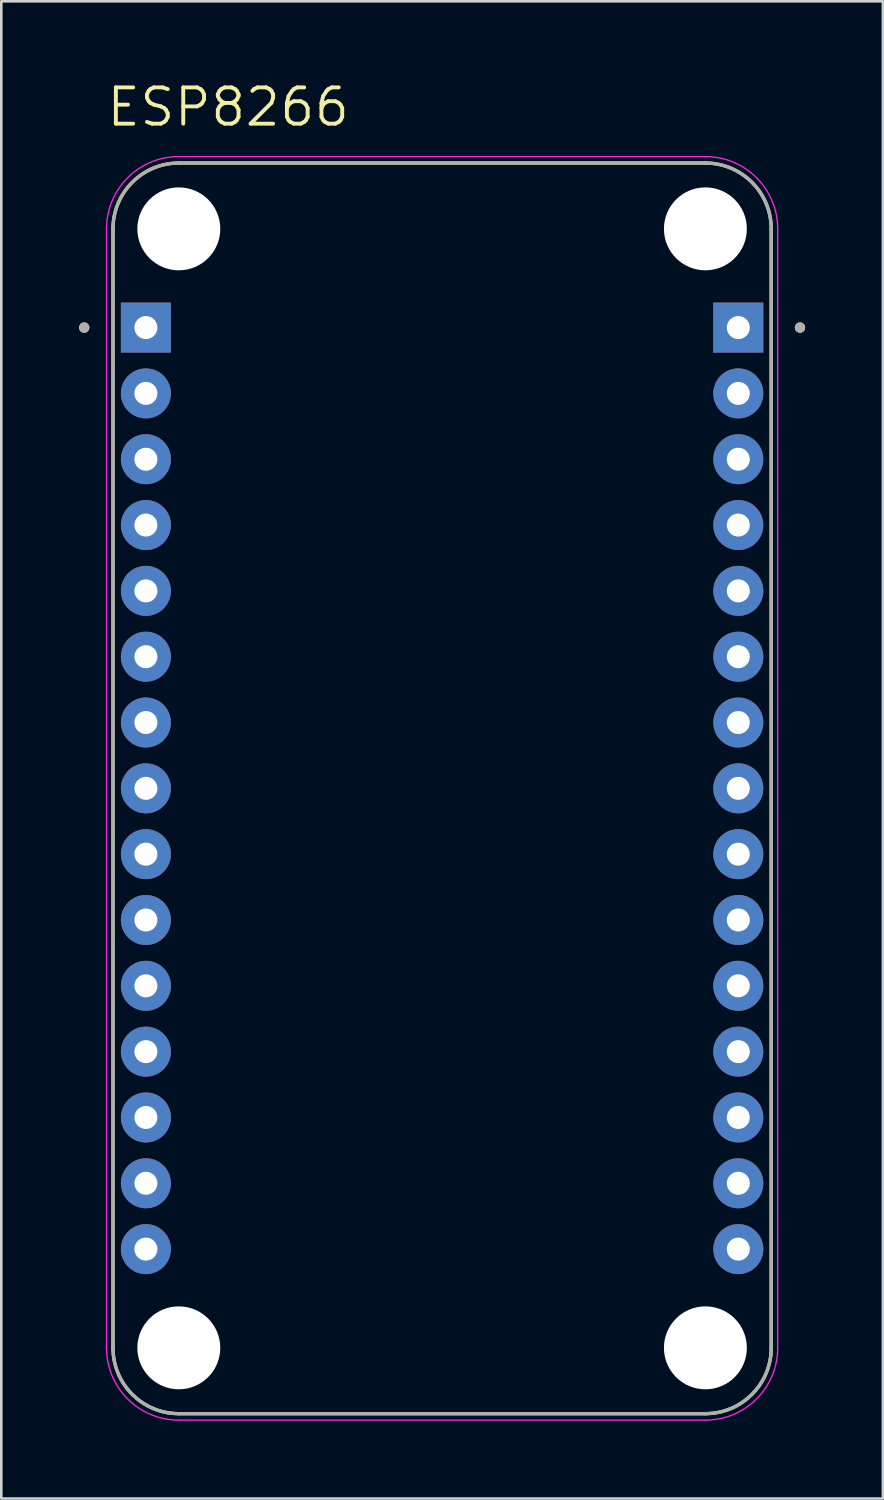
<source format=kicad_pcb>
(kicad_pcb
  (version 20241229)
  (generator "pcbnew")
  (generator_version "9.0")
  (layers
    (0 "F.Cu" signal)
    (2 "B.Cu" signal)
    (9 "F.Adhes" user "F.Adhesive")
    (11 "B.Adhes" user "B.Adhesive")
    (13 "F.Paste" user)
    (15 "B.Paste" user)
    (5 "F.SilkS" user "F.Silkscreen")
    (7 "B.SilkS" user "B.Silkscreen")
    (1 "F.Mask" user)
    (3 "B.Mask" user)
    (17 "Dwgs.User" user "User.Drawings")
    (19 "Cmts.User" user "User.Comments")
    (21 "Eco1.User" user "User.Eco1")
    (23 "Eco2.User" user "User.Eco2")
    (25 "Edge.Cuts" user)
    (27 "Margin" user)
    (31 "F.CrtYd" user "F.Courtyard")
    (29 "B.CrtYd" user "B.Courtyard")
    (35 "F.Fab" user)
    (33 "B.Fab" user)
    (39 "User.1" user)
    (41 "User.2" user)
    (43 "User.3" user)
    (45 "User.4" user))
  (footprint "ESP8266"
    (layer "F.Cu")
    (at 14.01 27.371)
    (property "Reference" "ESP8266" (at -8.255 -26.289 0) (layer "F.SilkS") (effects (font (size 1.4 1.4) (thickness 0.15))))
    (attr through_hole)
    (fp_line (start -12.7 21.59) (end -12.7 -21.59) (stroke (width 0.127) (type solid)) (layer "F.SilkS"))
    (fp_line (start -10.16 -24.13) (end 10.16 -24.13) (stroke (width 0.127) (type solid)) (layer "F.SilkS"))
    (fp_line (start 10.16 24.13) (end -10.16 24.13) (stroke (width 0.127) (type solid)) (layer "F.SilkS"))
    (fp_line (start 12.7 -21.59) (end 12.7 21.59) (stroke (width 0.127) (type solid)) (layer "F.SilkS"))
    (fp_arc (start -12.7 -21.59) (mid -11.956051 -23.386051) (end -10.16 -24.13) (stroke (width 0.127) (type solid)) (layer "F.SilkS"))
    (fp_arc (start -10.16 24.13) (mid -11.956051 23.386051) (end -12.7 21.59) (stroke (width 0.127) (type solid)) (layer "F.SilkS"))
    (fp_arc (start 10.16 -24.13) (mid 11.956051 -23.386051) (end 12.7 -21.59) (stroke (width 0.127) (type solid)) (layer "F.SilkS"))
    (fp_arc (start 12.7 21.59) (mid 11.956051 23.386051) (end 10.16 24.13) (stroke (width 0.127) (type solid)) (layer "F.SilkS"))
    (fp_circle (center -13.81 -17.78) (end -13.71 -17.78) (stroke (width 0.2) (type solid)) (fill no) (layer "F.SilkS"))
    (fp_circle (center 13.81 -17.78) (end 13.91 -17.78) (stroke (width 0.2) (type solid)) (fill no) (layer "F.SilkS"))
    (fp_line (start -12.95 21.59) (end -12.95 -21.59) (stroke (width 0.05) (type solid)) (layer "F.CrtYd"))
    (fp_line (start -10.16 -24.38) (end 10.16 -24.38) (stroke (width 0.05) (type solid)) (layer "F.CrtYd"))
    (fp_line (start 10.16 24.38) (end -10.16 24.38) (stroke (width 0.05) (type solid)) (layer "F.CrtYd"))
    (fp_line (start 12.95 -21.59) (end 12.95 21.59) (stroke (width 0.05) (type solid)) (layer "F.CrtYd"))
    (fp_arc (start -12.95 -21.59) (mid -12.132828 -23.562828) (end -10.16 -24.38) (stroke (width 0.05) (type solid)) (layer "F.CrtYd"))
    (fp_arc (start -10.16 24.38) (mid -12.132828 23.562828) (end -12.95 21.59) (stroke (width 0.05) (type solid)) (layer "F.CrtYd"))
    (fp_arc (start 10.16 -24.38) (mid 12.132828 -23.562828) (end 12.95 -21.59) (stroke (width 0.05) (type solid)) (layer "F.CrtYd"))
    (fp_arc (start 12.95 21.59) (mid 12.132828 23.562828) (end 10.16 24.38) (stroke (width 0.05) (type solid)) (layer "F.CrtYd"))
    (fp_line (start -12.7 21.59) (end -12.7 -21.59) (stroke (width 0.127) (type solid)) (layer "F.Fab"))
    (fp_line (start -10.16 -24.13) (end 10.16 -24.13) (stroke (width 0.127) (type solid)) (layer "F.Fab"))
    (fp_line (start 10.16 24.13) (end -10.16 24.13) (stroke (width 0.127) (type solid)) (layer "F.Fab"))
    (fp_line (start 12.7 -21.59) (end 12.7 21.59) (stroke (width 0.127) (type solid)) (layer "F.Fab"))
    (fp_arc (start -12.7 -21.59) (mid -11.956051 -23.386051) (end -10.16 -24.13) (stroke (width 0.127) (type solid)) (layer "F.Fab"))
    (fp_arc (start -10.16 24.13) (mid -11.956051 23.386051) (end -12.7 21.59) (stroke (width 0.127) (type solid)) (layer "F.Fab"))
    (fp_arc (start 10.16 -24.13) (mid 11.956051 -23.386051) (end 12.7 -21.59) (stroke (width 0.127) (type solid)) (layer "F.Fab"))
    (fp_arc (start 12.7 21.59) (mid 11.956051 23.386051) (end 10.16 24.13) (stroke (width 0.127) (type solid)) (layer "F.Fab"))
    (fp_circle (center -13.81 -17.78) (end -13.71 -17.78) (stroke (width 0.2) (type solid)) (fill no) (layer "F.Fab"))
    (fp_circle (center 13.81 -17.78) (end 13.91 -17.78) (stroke (width 0.2) (type solid)) (fill no) (layer "F.Fab"))
    (pad "" np_thru_hole circle (at -10.16 -21.59) (size 3.2 3.2) (drill 3.2) (layers "*.Cu" "*.Mask"))
    (pad "" np_thru_hole circle (at -10.16 21.59) (size 3.2 3.2) (drill 3.2) (layers "*.Cu" "*.Mask"))
    (pad "" np_thru_hole circle (at 10.16 -21.59) (size 3.2 3.2) (drill 3.2) (layers "*.Cu" "*.Mask"))
    (pad "" np_thru_hole circle (at 10.16 21.59) (size 3.2 3.2) (drill 3.2) (layers "*.Cu" "*.Mask"))
    (pad "J1_1" thru_hole rect (at -11.43 -17.78) (size 1.93 1.93) (drill 0.889) (layers "*.Cu" "*.Mask"))
    (pad "J1_2" thru_hole circle (at -11.43 -15.24) (size 1.93 1.93) (drill 0.889) (layers "*.Cu" "*.Mask"))
    (pad "J1_3" thru_hole circle (at -11.43 -12.7) (size 1.93 1.93) (drill 0.889) (layers "*.Cu" "*.Mask"))
    (pad "J1_4" thru_hole circle (at -11.43 -10.16) (size 1.93 1.93) (drill 0.889) (layers "*.Cu" "*.Mask"))
    (pad "J1_5" thru_hole circle (at -11.43 -7.62) (size 1.93 1.93) (drill 0.889) (layers "*.Cu" "*.Mask"))
    (pad "J1_6" thru_hole circle (at -11.43 -5.08) (size 1.93 1.93) (drill 0.889) (layers "*.Cu" "*.Mask"))
    (pad "J1_7" thru_hole circle (at -11.43 -2.54) (size 1.93 1.93) (drill 0.889) (layers "*.Cu" "*.Mask"))
    (pad "J1_8" thru_hole circle (at -11.43 0) (size 1.93 1.93) (drill 0.889) (layers "*.Cu" "*.Mask"))
    (pad "J1_9" thru_hole circle (at -11.43 2.54) (size 1.93 1.93) (drill 0.889) (layers "*.Cu" "*.Mask"))
    (pad "J1_10" thru_hole circle (at -11.43 5.08) (size 1.93 1.93) (drill 0.889) (layers "*.Cu" "*.Mask"))
    (pad "J1_11" thru_hole circle (at -11.43 7.62) (size 1.93 1.93) (drill 0.889) (layers "*.Cu" "*.Mask"))
    (pad "J1_12" thru_hole circle (at -11.43 10.16) (size 1.93 1.93) (drill 0.889) (layers "*.Cu" "*.Mask"))
    (pad "J1_13" thru_hole circle (at -11.43 12.7) (size 1.93 1.93) (drill 0.889) (layers "*.Cu" "*.Mask"))
    (pad "J1_14" thru_hole circle (at -11.43 15.24) (size 1.93 1.93) (drill 0.889) (layers "*.Cu" "*.Mask"))
    (pad "J1_15" thru_hole circle (at -11.43 17.78) (size 1.93 1.93) (drill 0.889) (layers "*.Cu" "*.Mask"))
    (pad "J2_1" thru_hole rect (at 11.43 -17.78) (size 1.93 1.93) (drill 0.889) (layers "*.Cu" "*.Mask"))
    (pad "J2_2" thru_hole circle (at 11.43 -15.24) (size 1.93 1.93) (drill 0.889) (layers "*.Cu" "*.Mask"))
    (pad "J2_3" thru_hole circle (at 11.43 -12.7) (size 1.93 1.93) (drill 0.889) (layers "*.Cu" "*.Mask"))
    (pad "J2_4" thru_hole circle (at 11.43 -10.16) (size 1.93 1.93) (drill 0.889) (layers "*.Cu" "*.Mask"))
    (pad "J2_5" thru_hole circle (at 11.43 -7.62) (size 1.93 1.93) (drill 0.889) (layers "*.Cu" "*.Mask"))
    (pad "J2_6" thru_hole circle (at 11.43 -5.08) (size 1.93 1.93) (drill 0.889) (layers "*.Cu" "*.Mask"))
    (pad "J2_7" thru_hole circle (at 11.43 -2.54) (size 1.93 1.93) (drill 0.889) (layers "*.Cu" "*.Mask"))
    (pad "J2_8" thru_hole circle (at 11.43 0) (size 1.93 1.93) (drill 0.889) (layers "*.Cu" "*.Mask"))
    (pad "J2_9" thru_hole circle (at 11.43 2.54) (size 1.93 1.93) (drill 0.889) (layers "*.Cu" "*.Mask"))
    (pad "J2_10" thru_hole circle (at 11.43 5.08) (size 1.93 1.93) (drill 0.889) (layers "*.Cu" "*.Mask"))
    (pad "J2_11" thru_hole circle (at 11.43 7.62) (size 1.93 1.93) (drill 0.889) (layers "*.Cu" "*.Mask"))
    (pad "J2_12" thru_hole circle (at 11.43 10.16) (size 1.93 1.93) (drill 0.889) (layers "*.Cu" "*.Mask"))
    (pad "J2_13" thru_hole circle (at 11.43 12.7) (size 1.93 1.93) (drill 0.889) (layers "*.Cu" "*.Mask"))
    (pad "J2_14" thru_hole circle (at 11.43 15.24) (size 1.93 1.93) (drill 0.889) (layers "*.Cu" "*.Mask"))
    (pad "J2_15" thru_hole circle (at 11.43 17.78) (size 1.93 1.93) (drill 0.889) (layers "*.Cu" "*.Mask")))
  (gr_rect
    (start -3 -3)
    (end 31.02 54.776)
    (stroke (width 0.1) (type default))
    (fill no)
    (layer "Edge.Cuts")))
</source>
